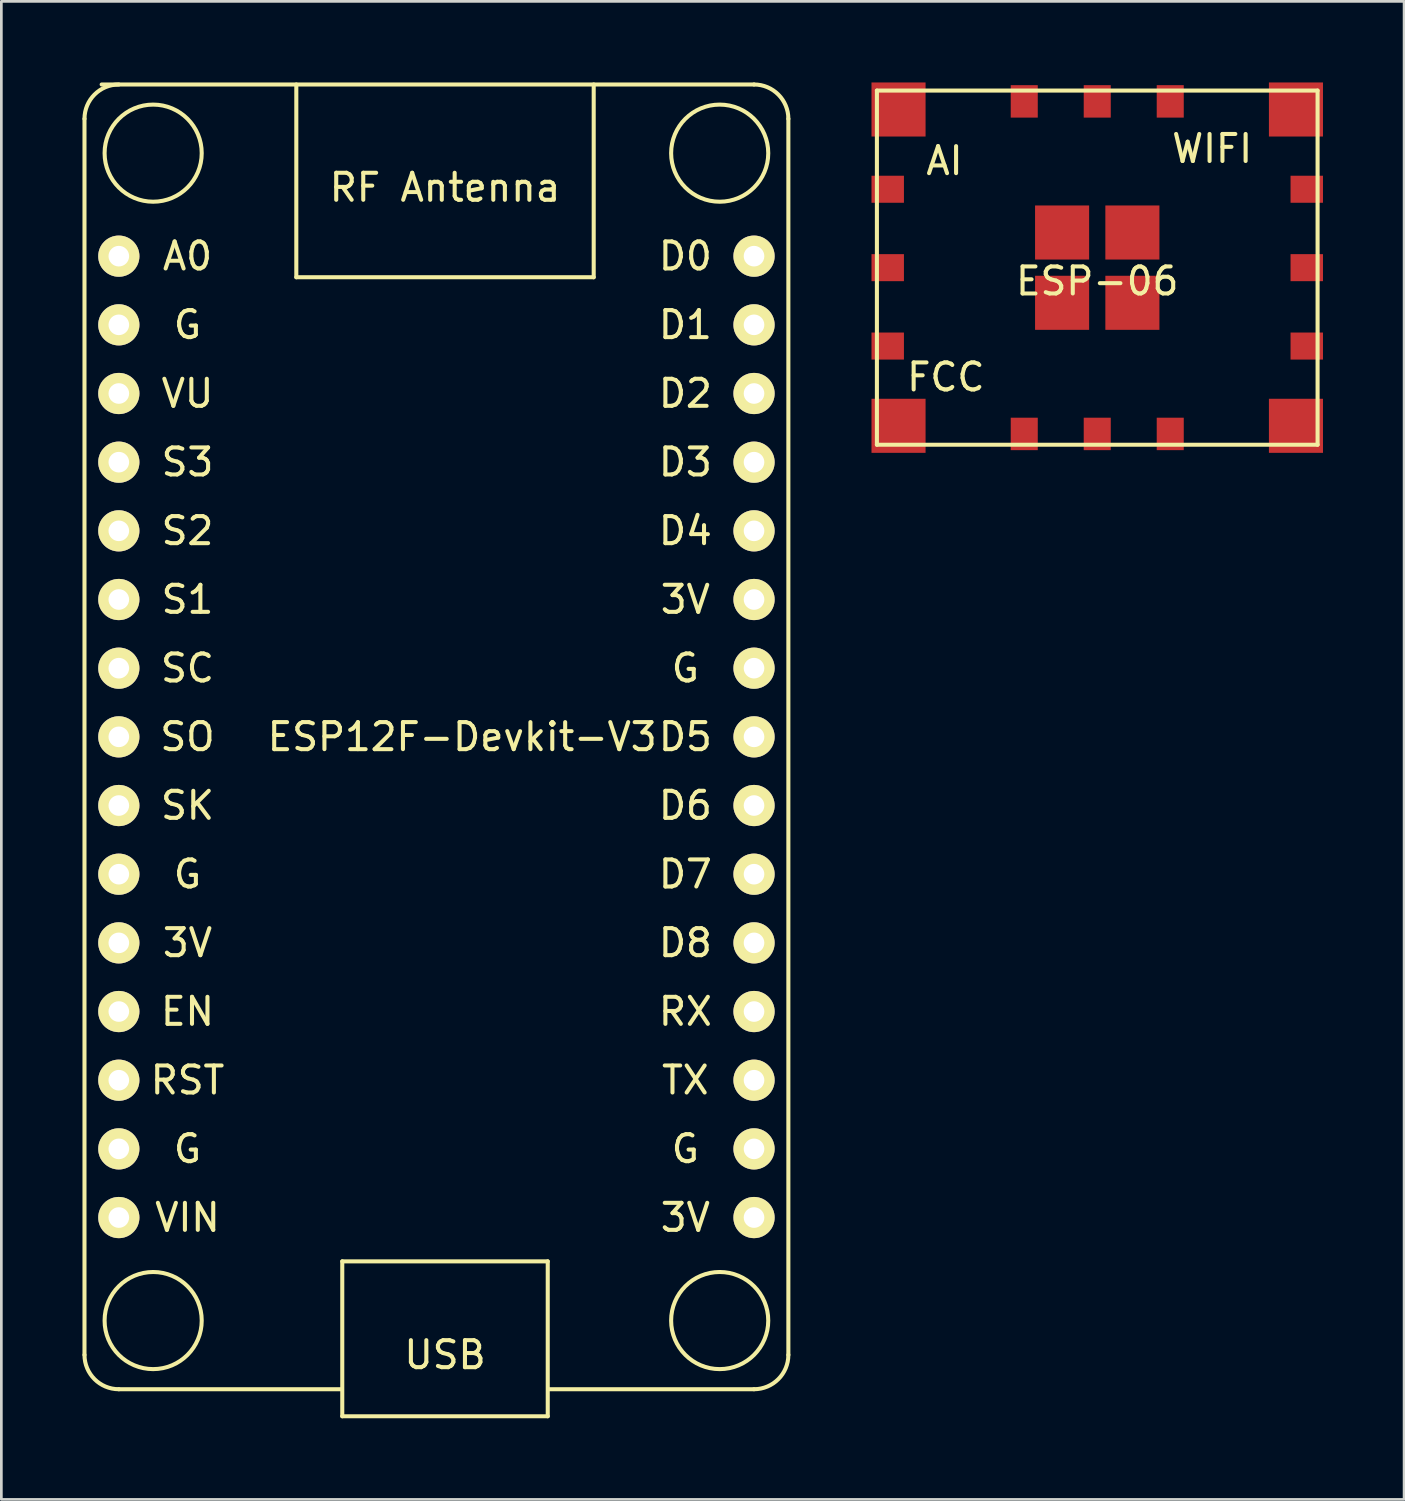
<source format=kicad_pcb>
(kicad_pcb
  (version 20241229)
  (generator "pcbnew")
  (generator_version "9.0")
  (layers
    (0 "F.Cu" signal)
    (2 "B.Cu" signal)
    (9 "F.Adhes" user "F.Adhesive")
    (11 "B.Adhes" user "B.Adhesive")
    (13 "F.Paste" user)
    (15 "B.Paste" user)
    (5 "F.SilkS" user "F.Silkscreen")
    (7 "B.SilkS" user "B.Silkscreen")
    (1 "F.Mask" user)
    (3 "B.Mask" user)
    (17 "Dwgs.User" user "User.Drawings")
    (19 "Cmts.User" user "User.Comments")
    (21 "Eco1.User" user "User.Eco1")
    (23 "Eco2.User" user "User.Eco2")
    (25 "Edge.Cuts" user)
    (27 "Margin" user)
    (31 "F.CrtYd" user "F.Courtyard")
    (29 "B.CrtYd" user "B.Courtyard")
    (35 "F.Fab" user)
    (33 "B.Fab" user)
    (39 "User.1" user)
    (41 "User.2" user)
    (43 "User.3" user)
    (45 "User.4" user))
  (footprint "ESP12F-Devkit-V3"
    (layer "F.Cu")
    (at 13.41 25.475)
    (property "Reference" "ESP12F-Devkit-V3" (at 0.635 -1.27 0) (layer "F.SilkS") (effects (font (size 1 1) (thickness 0.15))))
    (attr through_hole)
    (fp_line (start -13.335 -24.13) (end -13.335 21.59) (stroke (width 0.15) (type solid)) (layer "F.SilkS"))
    (fp_line (start -5.5 -18.27) (end -5.5 -25.4) (stroke (width 0.15) (type solid)) (layer "F.SilkS"))
    (fp_line (start -3.81 22.86) (end -12.065 22.86) (stroke (width 0.15) (type solid)) (layer "F.SilkS"))
    (fp_line (start -3.8 18.13) (end 3.8 18.13) (stroke (width 0.15) (type solid)) (layer "F.SilkS"))
    (fp_line (start -3.8 23.86) (end -3.8 18.13) (stroke (width 0.15) (type solid)) (layer "F.SilkS"))
    (fp_line (start 3.8 18.13) (end 3.8 23.86) (stroke (width 0.15) (type solid)) (layer "F.SilkS"))
    (fp_line (start 3.8 23.86) (end -3.8 23.86) (stroke (width 0.15) (type solid)) (layer "F.SilkS"))
    (fp_line (start 5.5 -25.4) (end 5.5 -18.27) (stroke (width 0.15) (type solid)) (layer "F.SilkS"))
    (fp_line (start 5.5 -18.27) (end -5.5 -18.27) (stroke (width 0.15) (type solid)) (layer "F.SilkS"))
    (fp_line (start 11.43 -25.4) (end -12.7 -25.4) (stroke (width 0.15) (type solid)) (layer "F.SilkS"))
    (fp_line (start 11.43 22.86) (end 3.81 22.86) (stroke (width 0.15) (type solid)) (layer "F.SilkS"))
    (fp_line (start 12.7 -24.13) (end 12.7 21.59) (stroke (width 0.15) (type solid)) (layer "F.SilkS"))
    (fp_arc (start -13.335 -24.13) (mid -12.963026 -25.028026) (end -12.065 -25.4) (stroke (width 0.15) (type solid)) (layer "F.SilkS"))
    (fp_arc (start -12.065 22.86) (mid -12.963026 22.488026) (end -13.335 21.59) (stroke (width 0.15) (type solid)) (layer "F.SilkS"))
    (fp_arc (start 11.43 -25.4) (mid 12.328026 -25.028026) (end 12.7 -24.13) (stroke (width 0.15) (type solid)) (layer "F.SilkS"))
    (fp_arc (start 12.7 21.59) (mid 12.328026 22.488026) (end 11.43 22.86) (stroke (width 0.15) (type solid)) (layer "F.SilkS"))
    (fp_circle (center -10.795 -22.86) (end -9.525 -24.13) (stroke (width 0.15) (type solid)) (fill no) (layer "F.SilkS"))
    (fp_circle (center -10.795 20.32) (end -9.525 19.05) (stroke (width 0.15) (type solid)) (fill no) (layer "F.SilkS"))
    (fp_circle (center 10.16 -22.86) (end 11.43 -24.13) (stroke (width 0.15) (type solid)) (fill no) (layer "F.SilkS"))
    (fp_circle (center 10.16 20.32) (end 11.43 19.05) (stroke (width 0.15) (type solid)) (fill no) (layer "F.SilkS"))
    (fp_text user "D1" (at 8.89 -16.51 0) (layer "F.SilkS") (effects (font (size 1 1) (thickness 0.15))))
    (fp_text user "USB" (at 0 21.59 0) (layer "F.SilkS") (effects (font (size 1 1) (thickness 0.15))))
    (fp_text user "G" (at 8.89 -3.81 0) (layer "F.SilkS") (effects (font (size 1 1) (thickness 0.15))))
    (fp_text user "G" (at 8.89 13.97 0) (layer "F.SilkS") (effects (font (size 1 1) (thickness 0.15))))
    (fp_text user "RX" (at 8.89 8.89 0) (layer "F.SilkS") (effects (font (size 1 1) (thickness 0.15))))
    (fp_text user "D4" (at 8.89 -8.89 0) (layer "F.SilkS") (effects (font (size 1 1) (thickness 0.15))))
    (fp_text user "S3" (at -9.525 -11.43 0) (layer "F.SilkS") (effects (font (size 1 1) (thickness 0.15))))
    (fp_text user "SO" (at -9.525 -1.27 0) (layer "F.SilkS") (effects (font (size 1 1) (thickness 0.15))))
    (fp_text user "D6" (at 8.89 1.27 0) (layer "F.SilkS") (effects (font (size 1 1) (thickness 0.15))))
    (fp_text user "VIN" (at -9.525 16.51 0) (layer "F.SilkS") (effects (font (size 1 1) (thickness 0.15))))
    (fp_text user "G" (at -9.525 -16.51 0) (layer "F.SilkS") (effects (font (size 1 1) (thickness 0.15))))
    (fp_text user "D0" (at 8.89 -19.05 0) (layer "F.SilkS") (effects (font (size 1 1) (thickness 0.15))))
    (fp_text user "G" (at -9.525 3.81 0) (layer "F.SilkS") (effects (font (size 1 1) (thickness 0.15))))
    (fp_text user "SK" (at -9.525 1.27 0) (layer "F.SilkS") (effects (font (size 1 1) (thickness 0.15))))
    (fp_text user "D7" (at 8.89 3.81 0) (layer "F.SilkS") (effects (font (size 1 1) (thickness 0.15))))
    (fp_text user "A0" (at -9.525 -19.05 0) (layer "F.SilkS") (effects (font (size 1 1) (thickness 0.15))))
    (fp_text user "EN" (at -9.525 8.89 0) (layer "F.SilkS") (effects (font (size 1 1) (thickness 0.15))))
    (fp_text user "RST" (at -9.525 11.43 0) (layer "F.SilkS") (effects (font (size 1 1) (thickness 0.15))))
    (fp_text user "3V" (at 8.89 -6.35 0) (layer "F.SilkS") (effects (font (size 1 1) (thickness 0.15))))
    (fp_text user "SC" (at -9.525 -3.81 0) (layer "F.SilkS") (effects (font (size 1 1) (thickness 0.15))))
    (fp_text user "S1" (at -9.525 -6.35 0) (layer "F.SilkS") (effects (font (size 1 1) (thickness 0.15))))
    (fp_text user "D5" (at 8.89 -1.27 0) (layer "F.SilkS") (effects (font (size 1 1) (thickness 0.15))))
    (fp_text user "D3" (at 8.89 -11.43 0) (layer "F.SilkS") (effects (font (size 1 1) (thickness 0.15))))
    (fp_text user "G" (at -9.525 13.97 0) (layer "F.SilkS") (effects (font (size 1 1) (thickness 0.15))))
    (fp_text user "VU" (at -9.525 -13.97 0) (layer "F.SilkS") (effects (font (size 1 1) (thickness 0.15))))
    (fp_text user "S2" (at -9.525 -8.89 0) (layer "F.SilkS") (effects (font (size 1 1) (thickness 0.15))))
    (fp_text user "D8" (at 8.89 6.35 0) (layer "F.SilkS") (effects (font (size 1 1) (thickness 0.15))))
    (fp_text user "D2" (at 8.89 -13.97 0) (layer "F.SilkS") (effects (font (size 1 1) (thickness 0.15))))
    (fp_text user "TX" (at 8.89 11.43 0) (layer "F.SilkS") (effects (font (size 1 1) (thickness 0.15))))
    (fp_text user "RF Antenna" (at 0 -21.59 0) (layer "F.SilkS") (effects (font (size 1 1) (thickness 0.15))))
    (fp_text user "3V" (at -9.525 6.35 0) (layer "F.SilkS") (effects (font (size 1 1) (thickness 0.15))))
    (fp_text user "3V" (at 8.89 16.51 0) (layer "F.SilkS") (effects (font (size 1 1) (thickness 0.15))))
    (pad "1" thru_hole circle (at -12.065 -19.05) (size 1.524 1.524) (drill 0.762) (layers "*.Cu" "*.Mask" "F.SilkS"))
    (pad "2" thru_hole circle (at -12.065 -16.51) (size 1.524 1.524) (drill 0.762) (layers "*.Cu" "*.Mask" "F.SilkS"))
    (pad "3" thru_hole circle (at -12.065 -13.97) (size 1.524 1.524) (drill 0.762) (layers "*.Cu" "*.Mask" "F.SilkS"))
    (pad "4" thru_hole circle (at -12.065 -11.43) (size 1.524 1.524) (drill 0.762) (layers "*.Cu" "*.Mask" "F.SilkS"))
    (pad "5" thru_hole circle (at -12.065 -8.89) (size 1.524 1.524) (drill 0.762) (layers "*.Cu" "*.Mask" "F.SilkS"))
    (pad "6" thru_hole circle (at -12.065 -6.35) (size 1.524 1.524) (drill 0.762) (layers "*.Cu" "*.Mask" "F.SilkS"))
    (pad "7" thru_hole circle (at -12.065 -3.81) (size 1.524 1.524) (drill 0.762) (layers "*.Cu" "*.Mask" "F.SilkS"))
    (pad "8" thru_hole circle (at -12.065 -1.27) (size 1.524 1.524) (drill 0.762) (layers "*.Cu" "*.Mask" "F.SilkS"))
    (pad "9" thru_hole circle (at -12.065 1.27) (size 1.524 1.524) (drill 0.762) (layers "*.Cu" "*.Mask" "F.SilkS"))
    (pad "10" thru_hole circle (at -12.065 3.81) (size 1.524 1.524) (drill 0.762) (layers "*.Cu" "*.Mask" "F.SilkS"))
    (pad "11" thru_hole circle (at -12.065 6.35) (size 1.524 1.524) (drill 0.762) (layers "*.Cu" "*.Mask" "F.SilkS"))
    (pad "12" thru_hole circle (at -12.065 8.89) (size 1.524 1.524) (drill 0.762) (layers "*.Cu" "*.Mask" "F.SilkS"))
    (pad "13" thru_hole circle (at -12.065 11.43) (size 1.524 1.524) (drill 0.762) (layers "*.Cu" "*.Mask" "F.SilkS"))
    (pad "14" thru_hole circle (at -12.065 13.97) (size 1.524 1.524) (drill 0.762) (layers "*.Cu" "*.Mask" "F.SilkS"))
    (pad "15" thru_hole circle (at -12.065 16.51) (size 1.524 1.524) (drill 0.762) (layers "*.Cu" "*.Mask" "F.SilkS"))
    (pad "16" thru_hole circle (at 11.43 16.51) (size 1.524 1.524) (drill 0.762) (layers "*.Cu" "*.Mask" "F.SilkS"))
    (pad "17" thru_hole circle (at 11.43 13.97) (size 1.524 1.524) (drill 0.762) (layers "*.Cu" "*.Mask" "F.SilkS"))
    (pad "18" thru_hole circle (at 11.43 11.43) (size 1.524 1.524) (drill 0.762) (layers "*.Cu" "*.Mask" "F.SilkS"))
    (pad "19" thru_hole circle (at 11.43 8.89) (size 1.524 1.524) (drill 0.762) (layers "*.Cu" "*.Mask" "F.SilkS"))
    (pad "20" thru_hole circle (at 11.43 6.35) (size 1.524 1.524) (drill 0.762) (layers "*.Cu" "*.Mask" "F.SilkS"))
    (pad "21" thru_hole circle (at 11.43 3.81) (size 1.524 1.524) (drill 0.762) (layers "*.Cu" "*.Mask" "F.SilkS"))
    (pad "22" thru_hole circle (at 11.43 1.27) (size 1.524 1.524) (drill 0.762) (layers "*.Cu" "*.Mask" "F.SilkS"))
    (pad "23" thru_hole circle (at 11.43 -1.27) (size 1.524 1.524) (drill 0.762) (layers "*.Cu" "*.Mask" "F.SilkS"))
    (pad "24" thru_hole circle (at 11.43 -3.81) (size 1.524 1.524) (drill 0.762) (layers "*.Cu" "*.Mask" "F.SilkS"))
    (pad "25" thru_hole circle (at 11.43 -6.35) (size 1.524 1.524) (drill 0.762) (layers "*.Cu" "*.Mask" "F.SilkS"))
    (pad "26" thru_hole circle (at 11.43 -8.89) (size 1.524 1.524) (drill 0.762) (layers "*.Cu" "*.Mask" "F.SilkS"))
    (pad "27" thru_hole circle (at 11.43 -11.43) (size 1.524 1.524) (drill 0.762) (layers "*.Cu" "*.Mask" "F.SilkS"))
    (pad "28" thru_hole circle (at 11.43 -13.97) (size 1.524 1.524) (drill 0.762) (layers "*.Cu" "*.Mask" "F.SilkS"))
    (pad "29" thru_hole circle (at 11.43 -16.51) (size 1.524 1.524) (drill 0.762) (layers "*.Cu" "*.Mask" "F.SilkS"))
    (pad "30" thru_hole circle (at 11.43 -19.05) (size 1.524 1.524) (drill 0.762) (layers "*.Cu" "*.Mask" "F.SilkS")))
  (footprint "ESP-06"
    (layer "F.Cu")
    (at 37.535 6.85)
    (property "Reference" "ESP-06" (at 0 0.5 0) (layer "F.SilkS") (effects (font (size 1 1) (thickness 0.15))))
    (attr through_hole)
    (fp_line (start -8.15 -6.55) (end -8.15 6.55) (stroke (width 0.15) (type solid)) (layer "F.SilkS"))
    (fp_line (start -8.15 6.55) (end 8.15 6.55) (stroke (width 0.15) (type solid)) (layer "F.SilkS"))
    (fp_line (start 8.15 -6.55) (end -8.15 -6.55) (stroke (width 0.15) (type solid)) (layer "F.SilkS"))
    (fp_line (start 8.15 6.55) (end 8.15 -6.55) (stroke (width 0.15) (type solid)) (layer "F.SilkS"))
    (fp_text user "AI" (at -5.65 -3.95 0) (layer "F.SilkS") (effects (font (size 1 1) (thickness 0.15))))
    (fp_text user "FCC" (at -5.6 4.05 0) (layer "F.SilkS") (effects (font (size 1 1) (thickness 0.15))))
    (fp_text user "WIFI" (at 4.25 -4.4 0) (layer "F.SilkS") (effects (font (size 1 1) (thickness 0.15))))
    (pad "3.3" smd rect (at -7.75 0) (size 1.2 1) (layers "F.Cu" "F.Mask" "F.Paste"))
    (pad "ANT" smd rect (at -7.75 -2.9) (size 1.2 1) (layers "F.Cu" "F.Mask" "F.Paste"))
    (pad "CHPD" smd rect (at -7.75 2.9) (size 1.2 1) (layers "F.Cu" "F.Mask" "F.Paste"))
    (pad "GND" smd rect (at -7.35 -5.85) (size 2 2) (layers "F.Cu" "F.Mask" "F.Paste"))
    (pad "GND" smd rect (at -1.3 -1.3) (size 2 2) (layers "F.Cu" "F.Mask" "F.Paste"))
    (pad "GND" smd rect (at -1.3 1.3) (size 2 2) (layers "F.Cu" "F.Mask" "F.Paste"))
    (pad "GND" smd rect (at 1.3 -1.3) (size 2 2) (layers "F.Cu" "F.Mask" "F.Paste"))
    (pad "GND" smd rect (at 1.3 1.3) (size 2 2) (layers "F.Cu" "F.Mask" "F.Paste"))
    (pad "GP0" smd rect (at 7.75 -2.9) (size 1.2 1) (layers "F.Cu" "F.Mask" "F.Paste"))
    (pad "GP2" smd rect (at 7.75 0) (size 1.2 1) (layers "F.Cu" "F.Mask" "F.Paste"))
    (pad "GP4" smd rect (at 7.75 2.9) (size 1.2 1) (layers "F.Cu" "F.Mask" "F.Paste"))
    (pad "GP5" smd rect (at 7.35 -5.85) (size 2 2) (layers "F.Cu" "F.Mask" "F.Paste"))
    (pad "GP12" smd rect (at 0 6.15) (size 1 1.2) (layers "F.Cu" "F.Mask" "F.Paste"))
    (pad "GP13" smd rect (at 2.7 6.15) (size 1 1.2) (layers "F.Cu" "F.Mask" "F.Paste"))
    (pad "GP14" smd rect (at -2.7 6.15) (size 1 1.2) (layers "F.Cu" "F.Mask" "F.Paste"))
    (pad "GP15" smd rect (at 7.35 5.85) (size 2 2) (layers "F.Cu" "F.Mask" "F.Paste"))
    (pad "GP16" smd rect (at -7.35 5.85) (size 2 2) (layers "F.Cu" "F.Mask" "F.Paste"))
    (pad "RST" smd rect (at -2.7 -6.15) (size 1 1.2) (layers "F.Cu" "F.Mask" "F.Paste"))
    (pad "RX" smd rect (at 2.7 -6.15) (size 1 1.2) (layers "F.Cu" "F.Mask" "F.Paste"))
    (pad "TX" smd rect (at 0 -6.15) (size 1 1.2) (layers "F.Cu" "F.Mask" "F.Paste")))
  (gr_rect
    (start -3 -3)
    (end 48.885 52.41)
    (stroke (width 0.1) (type default))
    (fill no)
    (layer "Edge.Cuts")))
</source>
